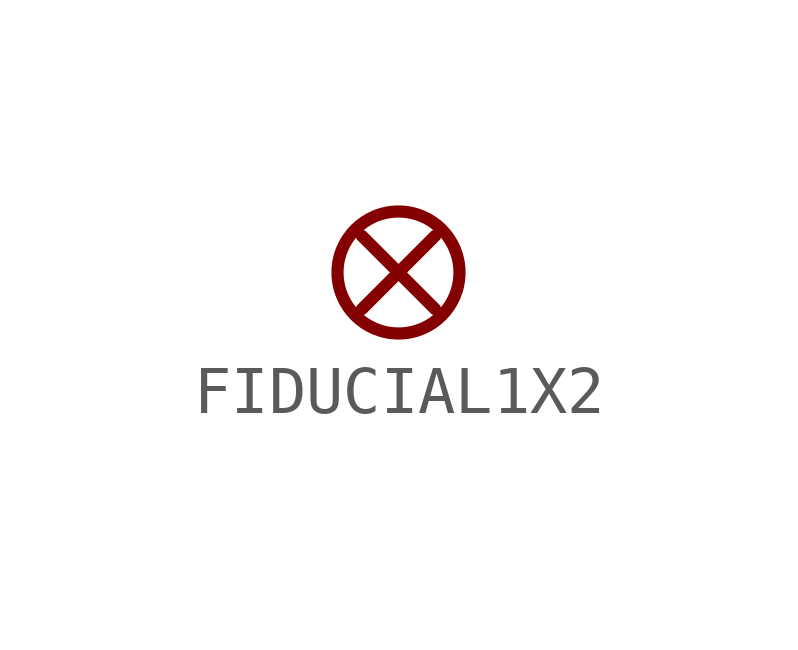
<source format=kicad_sym>
(kicad_symbol_lib
  (version 20220914)
  (generator kicad_symbol_editor)
  (symbol "FIDUCIAL1X2"
    (property "Reference" "FD"
      (at 0 0 0)
      (effects (font (size 1.27 1.27)) hide))
    (property "ki_locked" ""
      (at 0 0 0)
      (effects (font (size 1.27 1.27))))
    (symbol "FIDUCIAL1X2_1_0"
      (polyline (pts (xy -0.762 0.762) (xy 0.762 -0.762)) (stroke (width 0.254) (type solid)) (fill (type none)))
      (polyline (pts (xy 0.762 0.762) (xy -0.762 -0.762)) (stroke (width 0.254) (type solid)) (fill (type none)))
      (circle (center 0 0) (radius 1.27) (stroke (width 0.254) (type solid)) (fill (type none))))))
</source>
